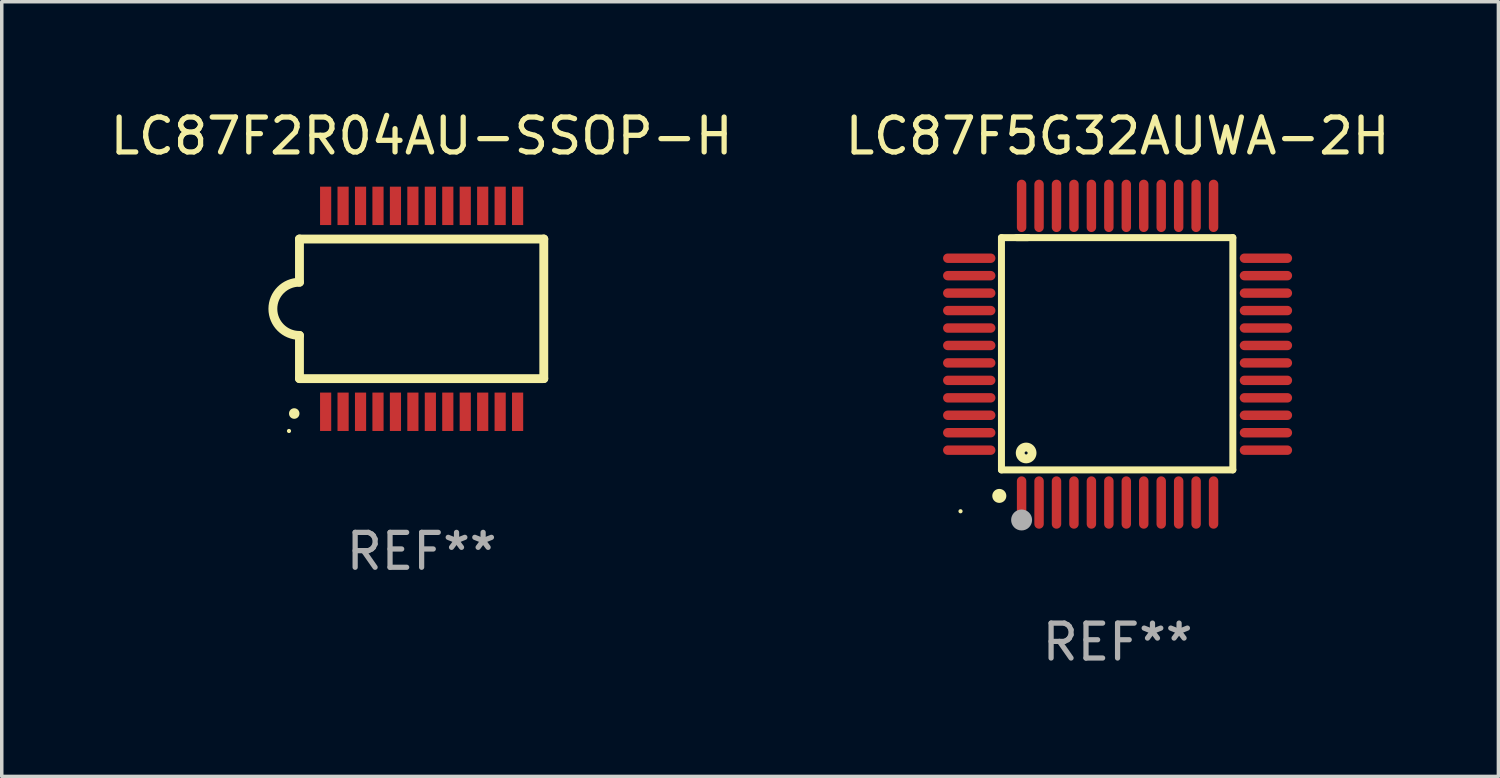
<source format=kicad_pcb>
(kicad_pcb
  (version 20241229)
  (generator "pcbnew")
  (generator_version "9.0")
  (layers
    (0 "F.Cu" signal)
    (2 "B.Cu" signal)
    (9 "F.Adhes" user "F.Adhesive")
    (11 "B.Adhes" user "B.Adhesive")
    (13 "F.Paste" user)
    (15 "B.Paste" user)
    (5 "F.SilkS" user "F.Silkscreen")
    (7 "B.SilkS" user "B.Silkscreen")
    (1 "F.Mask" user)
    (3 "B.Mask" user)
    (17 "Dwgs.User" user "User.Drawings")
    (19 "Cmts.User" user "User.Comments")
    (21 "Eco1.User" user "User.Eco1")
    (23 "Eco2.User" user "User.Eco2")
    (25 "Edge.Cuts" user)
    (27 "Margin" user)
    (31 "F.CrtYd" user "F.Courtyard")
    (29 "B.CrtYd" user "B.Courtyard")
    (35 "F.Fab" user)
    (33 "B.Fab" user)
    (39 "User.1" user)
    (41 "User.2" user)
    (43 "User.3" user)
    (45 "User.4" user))
  (footprint "LC87F5G32AUWA-2H"
    (layer "F.Cu")
    (at 28.97 7.098)
    (property "Reference" "LC87F5G32AUWA-2H" (at 0 -6.25 0) (layer "F.SilkS") (effects (font (size 1 1) (thickness 0.15))))
    (attr through_hole)
    (fp_line (start -3.327 -3.34) (end -2.565 -3.34) (stroke (width 0.2) (type solid)) (layer "F.SilkS"))
    (fp_line (start -3.327 3.315) (end -3.327 -3.34) (stroke (width 0.2) (type solid)) (layer "F.SilkS"))
    (fp_line (start -2.896 -3.34) (end 3.302 -3.34) (stroke (width 0.2) (type solid)) (layer "F.SilkS"))
    (fp_line (start 3.302 -3.34) (end 3.302 3.315) (stroke (width 0.2) (type solid)) (layer "F.SilkS"))
    (fp_line (start 3.302 3.315) (end -3.327 3.315) (stroke (width 0.2) (type solid)) (layer "F.SilkS"))
    (fp_arc (start -3.389992 4.059995) (mid -3.388722 4.059991) (end -3.387452 4.059995) (stroke (width 0.4) (type solid)) (layer "F.SilkS"))
    (fp_circle (center -4.5 4.5) (end -4.47 4.5) (stroke (width 0.06) (type solid)) (fill no) (layer "F.SilkS"))
    (fp_circle (center -2.62 2.83) (end -2.45 2.83) (stroke (width 0.254) (type solid)) (fill no) (layer "F.SilkS"))
    (fp_circle (center -2.75 4.75) (end -2.6 4.75) (stroke (width 0.3) (type solid)) (fill no) (layer "F.Fab"))
    (fp_text user "REF**" (at 0 8.25 0) (layer "F.Fab") (effects (font (size 1 1) (thickness 0.15))))
    (pad "1" smd oval (at -2.75 4.25) (size 0.27 1.5) (layers "F.Cu" "F.Mask" "F.Paste"))
    (pad "2" smd oval (at -2.25 4.25) (size 0.27 1.5) (layers "F.Cu" "F.Mask" "F.Paste"))
    (pad "3" smd oval (at -1.75 4.25) (size 0.27 1.5) (layers "F.Cu" "F.Mask" "F.Paste"))
    (pad "4" smd oval (at -1.25 4.25) (size 0.27 1.5) (layers "F.Cu" "F.Mask" "F.Paste"))
    (pad "5" smd oval (at -0.75 4.25) (size 0.27 1.5) (layers "F.Cu" "F.Mask" "F.Paste"))
    (pad "6" smd oval (at -0.25 4.25) (size 0.27 1.5) (layers "F.Cu" "F.Mask" "F.Paste"))
    (pad "7" smd oval (at 0.25 4.25) (size 0.27 1.5) (layers "F.Cu" "F.Mask" "F.Paste"))
    (pad "8" smd oval (at 0.75 4.25) (size 0.27 1.5) (layers "F.Cu" "F.Mask" "F.Paste"))
    (pad "9" smd oval (at 1.25 4.25) (size 0.27 1.5) (layers "F.Cu" "F.Mask" "F.Paste"))
    (pad "10" smd oval (at 1.75 4.25) (size 0.27 1.5) (layers "F.Cu" "F.Mask" "F.Paste"))
    (pad "11" smd oval (at 2.25 4.25) (size 0.27 1.5) (layers "F.Cu" "F.Mask" "F.Paste"))
    (pad "12" smd oval (at 2.75 4.25) (size 0.27 1.5) (layers "F.Cu" "F.Mask" "F.Paste"))
    (pad "13" smd oval (at 4.25 2.75) (size 1.5 0.27) (layers "F.Cu" "F.Mask" "F.Paste"))
    (pad "14" smd oval (at 4.25 2.25) (size 1.5 0.27) (layers "F.Cu" "F.Mask" "F.Paste"))
    (pad "15" smd oval (at 4.25 1.75) (size 1.5 0.27) (layers "F.Cu" "F.Mask" "F.Paste"))
    (pad "16" smd oval (at 4.25 1.25) (size 1.5 0.27) (layers "F.Cu" "F.Mask" "F.Paste"))
    (pad "17" smd oval (at 4.25 0.75) (size 1.5 0.27) (layers "F.Cu" "F.Mask" "F.Paste"))
    (pad "18" smd oval (at 4.25 0.25) (size 1.5 0.27) (layers "F.Cu" "F.Mask" "F.Paste"))
    (pad "19" smd oval (at 4.25 -0.25) (size 1.5 0.27) (layers "F.Cu" "F.Mask" "F.Paste"))
    (pad "20" smd oval (at 4.25 -0.75) (size 1.5 0.27) (layers "F.Cu" "F.Mask" "F.Paste"))
    (pad "21" smd oval (at 4.25 -1.25) (size 1.5 0.27) (layers "F.Cu" "F.Mask" "F.Paste"))
    (pad "22" smd oval (at 4.25 -1.75) (size 1.5 0.27) (layers "F.Cu" "F.Mask" "F.Paste"))
    (pad "23" smd oval (at 4.25 -2.25) (size 1.5 0.27) (layers "F.Cu" "F.Mask" "F.Paste"))
    (pad "24" smd oval (at 4.25 -2.75) (size 1.5 0.27) (layers "F.Cu" "F.Mask" "F.Paste"))
    (pad "25" smd oval (at 2.75 -4.25) (size 0.27 1.5) (layers "F.Cu" "F.Mask" "F.Paste"))
    (pad "26" smd oval (at 2.25 -4.25) (size 0.27 1.5) (layers "F.Cu" "F.Mask" "F.Paste"))
    (pad "27" smd oval (at 1.75 -4.25) (size 0.27 1.5) (layers "F.Cu" "F.Mask" "F.Paste"))
    (pad "28" smd oval (at 1.25 -4.25) (size 0.27 1.5) (layers "F.Cu" "F.Mask" "F.Paste"))
    (pad "29" smd oval (at 0.75 -4.25) (size 0.27 1.5) (layers "F.Cu" "F.Mask" "F.Paste"))
    (pad "30" smd oval (at 0.25 -4.25) (size 0.27 1.5) (layers "F.Cu" "F.Mask" "F.Paste"))
    (pad "31" smd oval (at -0.25 -4.25) (size 0.27 1.5) (layers "F.Cu" "F.Mask" "F.Paste"))
    (pad "32" smd oval (at -0.75 -4.25) (size 0.27 1.5) (layers "F.Cu" "F.Mask" "F.Paste"))
    (pad "33" smd oval (at -1.25 -4.25) (size 0.27 1.5) (layers "F.Cu" "F.Mask" "F.Paste"))
    (pad "34" smd oval (at -1.75 -4.25) (size 0.27 1.5) (layers "F.Cu" "F.Mask" "F.Paste"))
    (pad "35" smd oval (at -2.25 -4.25) (size 0.27 1.5) (layers "F.Cu" "F.Mask" "F.Paste"))
    (pad "36" smd oval (at -2.75 -4.25) (size 0.27 1.5) (layers "F.Cu" "F.Mask" "F.Paste"))
    (pad "37" smd oval (at -4.25 -2.75) (size 1.5 0.27) (layers "F.Cu" "F.Mask" "F.Paste"))
    (pad "38" smd oval (at -4.25 -2.25) (size 1.5 0.27) (layers "F.Cu" "F.Mask" "F.Paste"))
    (pad "39" smd oval (at -4.25 -1.75) (size 1.5 0.27) (layers "F.Cu" "F.Mask" "F.Paste"))
    (pad "40" smd oval (at -4.25 -1.25) (size 1.5 0.27) (layers "F.Cu" "F.Mask" "F.Paste"))
    (pad "41" smd oval (at -4.25 -0.75) (size 1.5 0.27) (layers "F.Cu" "F.Mask" "F.Paste"))
    (pad "42" smd oval (at -4.25 -0.25) (size 1.5 0.27) (layers "F.Cu" "F.Mask" "F.Paste"))
    (pad "43" smd oval (at -4.25 0.25) (size 1.5 0.27) (layers "F.Cu" "F.Mask" "F.Paste"))
    (pad "44" smd oval (at -4.25 0.75) (size 1.5 0.27) (layers "F.Cu" "F.Mask" "F.Paste"))
    (pad "45" smd oval (at -4.25 1.25) (size 1.5 0.27) (layers "F.Cu" "F.Mask" "F.Paste"))
    (pad "46" smd oval (at -4.25 1.75) (size 1.5 0.27) (layers "F.Cu" "F.Mask" "F.Paste"))
    (pad "47" smd oval (at -4.25 2.25) (size 1.5 0.27) (layers "F.Cu" "F.Mask" "F.Paste"))
    (pad "48" smd oval (at -4.25 2.75) (size 1.5 0.27) (layers "F.Cu" "F.Mask" "F.Paste")))
  (footprint "LC87F2R04AU-SSOP-H"
    (layer "F.Cu")
    (at 9.03 5.798)
    (property "Reference" "LC87F2R04AU-SSOP-H" (at 0 -4.95 0) (layer "F.SilkS") (effects (font (size 1 1) (thickness 0.15))))
    (attr through_hole)
    (fp_line (start -3.5 0.763) (end -3.5 2) (stroke (width 0.254) (type solid)) (layer "F.SilkS"))
    (fp_line (start -3.5 -2) (end -3.5 -0.762) (stroke (width 0.254) (type solid)) (layer "F.SilkS"))
    (fp_line (start 3.5 -2) (end -3.5 -2) (stroke (width 0.254) (type solid)) (layer "F.SilkS"))
    (fp_line (start 3.5 -2) (end 3.5 2) (stroke (width 0.254) (type solid)) (layer "F.SilkS"))
    (fp_line (start 3.5 2) (end -3.5 2) (stroke (width 0.254) (type solid)) (layer "F.SilkS"))
    (fp_arc (start -3.649886 3.001168) (mid -3.649891 2.999898) (end -3.649886 2.998628) (stroke (width 0.3) (type solid)) (layer "F.SilkS"))
    (fp_arc (start -3.499898 0.761976) (mid -4.261899 -0.000025) (end -3.499898 -0.762026) (stroke (width 0.254001) (type solid)) (layer "F.SilkS"))
    (fp_circle (center -3.8 3.5) (end -3.77 3.5) (stroke (width 0.06) (type solid)) (fill no) (layer "F.SilkS"))
    (fp_text user "REF**" (at 0 6.95 0) (layer "F.Fab") (effects (font (size 1 1) (thickness 0.15))))
    (pad "1" smd rect (at -2.75 2.95) (size 0.32 1.1) (layers "F.Cu" "F.Mask" "F.Paste"))
    (pad "2" smd rect (at -2.25 2.95) (size 0.32 1.1) (layers "F.Cu" "F.Mask" "F.Paste"))
    (pad "3" smd rect (at -1.75 2.95) (size 0.32 1.1) (layers "F.Cu" "F.Mask" "F.Paste"))
    (pad "4" smd rect (at -1.25 2.95) (size 0.32 1.1) (layers "F.Cu" "F.Mask" "F.Paste"))
    (pad "5" smd rect (at -0.75 2.95) (size 0.32 1.1) (layers "F.Cu" "F.Mask" "F.Paste"))
    (pad "6" smd rect (at -0.25 2.95) (size 0.32 1.1) (layers "F.Cu" "F.Mask" "F.Paste"))
    (pad "7" smd rect (at 0.25 2.95) (size 0.32 1.1) (layers "F.Cu" "F.Mask" "F.Paste"))
    (pad "8" smd rect (at 0.75 2.95) (size 0.32 1.1) (layers "F.Cu" "F.Mask" "F.Paste"))
    (pad "9" smd rect (at 1.25 2.95) (size 0.32 1.1) (layers "F.Cu" "F.Mask" "F.Paste"))
    (pad "10" smd rect (at 1.75 2.95) (size 0.32 1.1) (layers "F.Cu" "F.Mask" "F.Paste"))
    (pad "11" smd rect (at 2.25 2.95) (size 0.32 1.1) (layers "F.Cu" "F.Mask" "F.Paste"))
    (pad "12" smd rect (at 2.75 2.95) (size 0.32 1.1) (layers "F.Cu" "F.Mask" "F.Paste"))
    (pad "13" smd rect (at 2.75 -2.95) (size 0.32 1.1) (layers "F.Cu" "F.Mask" "F.Paste"))
    (pad "14" smd rect (at 2.25 -2.95) (size 0.32 1.1) (layers "F.Cu" "F.Mask" "F.Paste"))
    (pad "15" smd rect (at 1.75 -2.95) (size 0.32 1.1) (layers "F.Cu" "F.Mask" "F.Paste"))
    (pad "16" smd rect (at 1.25 -2.95) (size 0.32 1.1) (layers "F.Cu" "F.Mask" "F.Paste"))
    (pad "17" smd rect (at 0.75 -2.95) (size 0.32 1.1) (layers "F.Cu" "F.Mask" "F.Paste"))
    (pad "18" smd rect (at 0.25 -2.95) (size 0.32 1.1) (layers "F.Cu" "F.Mask" "F.Paste"))
    (pad "19" smd rect (at -0.25 -2.95) (size 0.32 1.1) (layers "F.Cu" "F.Mask" "F.Paste"))
    (pad "20" smd rect (at -0.75 -2.95) (size 0.32 1.1) (layers "F.Cu" "F.Mask" "F.Paste"))
    (pad "21" smd rect (at -1.25 -2.95) (size 0.32 1.1) (layers "F.Cu" "F.Mask" "F.Paste"))
    (pad "22" smd rect (at -1.75 -2.95) (size 0.32 1.1) (layers "F.Cu" "F.Mask" "F.Paste"))
    (pad "23" smd rect (at -2.25 -2.95) (size 0.32 1.1) (layers "F.Cu" "F.Mask" "F.Paste"))
    (pad "24" smd rect (at -2.75 -2.95) (size 0.32 1.1) (layers "F.Cu" "F.Mask" "F.Paste")))
  (gr_rect
    (start -3 -3)
    (end 39.881 19.196)
    (stroke (width 0.1) (type default))
    (fill no)
    (layer "Edge.Cuts")))
</source>
